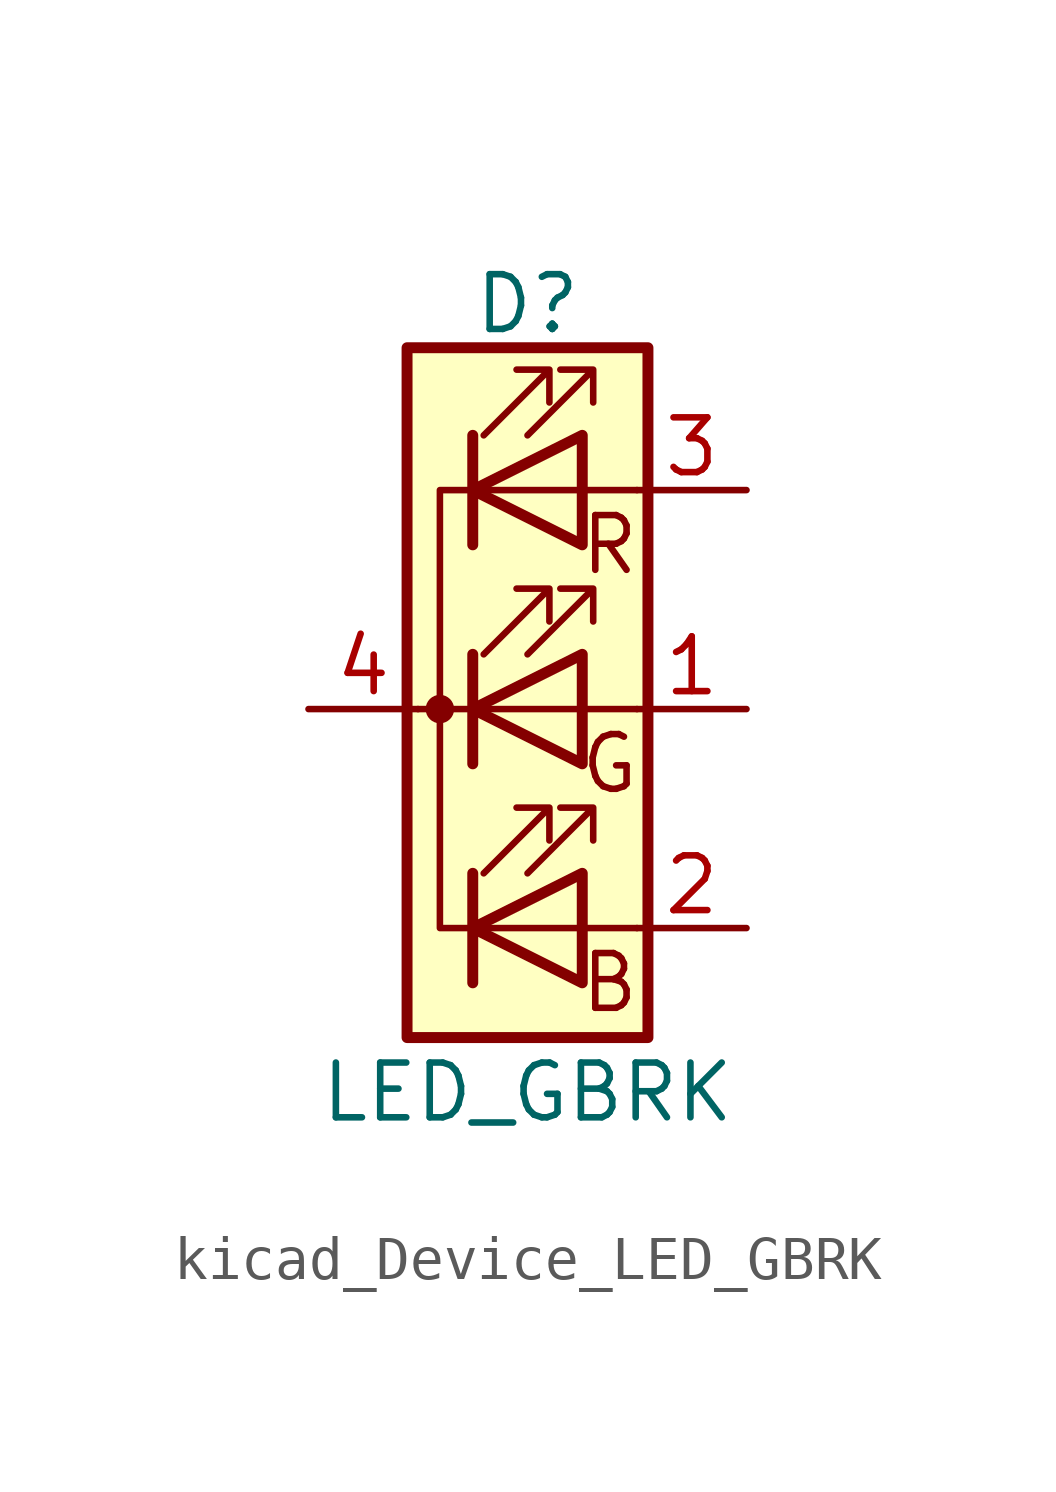
<source format=kicad_sym>
(kicad_symbol_lib
  (version 20220914)
  (generator kicad_symbol_editor)
  (symbol "kicad_Device_LED_GBRK"
    (pin_names
      (offset 0) hide)
    (property "Reference" "D"
      (at 0 9.398 0)
      (effects (font (size 1.27 1.27))))
    (property "Value" "LED_GBRK"
      (at 0 -8.89 0)
      (effects (font (size 1.27 1.27))))
    (symbol "kicad_Device_LED_GBRK_0_0"
      (text "B" (at 1.905 -6.35 0) (effects (font (size 1.27 1.27))))
      (text "G" (at 1.905 -1.27 0) (effects (font (size 1.27 1.27))))
      (text "R" (at 1.905 3.81 0) (effects (font (size 1.27 1.27)))))
    (symbol "kicad_Device_LED_GBRK_0_1"
      (circle (center -2.032 0) (radius 0.254) (stroke (width 0) (type default)) (fill (type outline)))
      (polyline (pts (xy -1.27 -5.08) (xy 1.27 -5.08)) (stroke (width 0) (type default)) (fill (type none)))
      (polyline (pts (xy -1.27 -3.81) (xy -1.27 -6.35)) (stroke (width 0.254) (type default)) (fill (type none)))
      (polyline (pts (xy -1.27 0) (xy -2.54 0)) (stroke (width 0) (type default)) (fill (type none)))
      (polyline (pts (xy -1.27 1.27) (xy -1.27 -1.27)) (stroke (width 0.254) (type default)) (fill (type none)))
      (polyline (pts (xy -1.27 5.08) (xy 1.27 5.08)) (stroke (width 0) (type default)) (fill (type none)))
      (polyline (pts (xy -1.27 6.35) (xy -1.27 3.81)) (stroke (width 0.254) (type default)) (fill (type none)))
      (polyline (pts (xy 1.27 -5.08) (xy 2.54 -5.08)) (stroke (width 0) (type default)) (fill (type none)))
      (polyline (pts (xy 1.27 0) (xy -1.27 0)) (stroke (width 0) (type default)) (fill (type none)))
      (polyline (pts (xy 1.27 0) (xy 2.54 0)) (stroke (width 0) (type default)) (fill (type none)))
      (polyline (pts (xy 1.27 5.08) (xy 2.54 5.08)) (stroke (width 0) (type default)) (fill (type none)))
      (polyline (pts (xy -1.27 1.27) (xy -1.27 -1.27) (xy -1.27 -1.27)) (stroke (width 0) (type default)) (fill (type none)))
      (polyline (pts (xy -1.27 6.35) (xy -1.27 3.81) (xy -1.27 3.81)) (stroke (width 0) (type default)) (fill (type none)))
      (polyline (pts (xy -1.27 5.08) (xy -2.032 5.08) (xy -2.032 -5.08) (xy -1.016 -5.08)) (stroke (width 0) (type default)) (fill (type none)))
      (polyline (pts (xy 1.27 -3.81) (xy 1.27 -6.35) (xy -1.27 -5.08) (xy 1.27 -3.81)) (stroke (width 0.254) (type default)) (fill (type none)))
      (polyline (pts (xy 1.27 1.27) (xy 1.27 -1.27) (xy -1.27 0) (xy 1.27 1.27)) (stroke (width 0.254) (type default)) (fill (type none)))
      (polyline (pts (xy 1.27 6.35) (xy 1.27 3.81) (xy -1.27 5.08) (xy 1.27 6.35)) (stroke (width 0.254) (type default)) (fill (type none)))
      (polyline (pts (xy -1.016 -3.81) (xy 0.508 -2.286) (xy -0.254 -2.286) (xy 0.508 -2.286) (xy 0.508 -3.048)) (stroke (width 0) (type default)) (fill (type none)))
      (polyline (pts (xy -1.016 1.27) (xy 0.508 2.794) (xy -0.254 2.794) (xy 0.508 2.794) (xy 0.508 2.032)) (stroke (width 0) (type default)) (fill (type none)))
      (polyline (pts (xy -1.016 6.35) (xy 0.508 7.874) (xy -0.254 7.874) (xy 0.508 7.874) (xy 0.508 7.112)) (stroke (width 0) (type default)) (fill (type none)))
      (polyline (pts (xy 0 -3.81) (xy 1.524 -2.286) (xy 0.762 -2.286) (xy 1.524 -2.286) (xy 1.524 -3.048)) (stroke (width 0) (type default)) (fill (type none)))
      (polyline (pts (xy 0 1.27) (xy 1.524 2.794) (xy 0.762 2.794) (xy 1.524 2.794) (xy 1.524 2.032)) (stroke (width 0) (type default)) (fill (type none)))
      (polyline (pts (xy 0 6.35) (xy 1.524 7.874) (xy 0.762 7.874) (xy 1.524 7.874) (xy 1.524 7.112)) (stroke (width 0) (type default)) (fill (type none)))
      (rectangle (start 1.27 -1.27) (end 1.27 1.27) (stroke (width 0) (type default)) (fill (type none)))
      (rectangle (start 1.27 1.27) (end 1.27 1.27) (stroke (width 0) (type default)) (fill (type none)))
      (rectangle (start 1.27 3.81) (end 1.27 6.35) (stroke (width 0) (type default)) (fill (type none)))
      (rectangle (start 1.27 6.35) (end 1.27 6.35) (stroke (width 0) (type default)) (fill (type none)))
      (rectangle (start 2.794 8.382) (end -2.794 -7.62) (stroke (width 0.254) (type default)) (fill (type background))))
    (symbol "kicad_Device_LED_GBRK_1_1"
      (pin passive line (at 5.08 0 180) (length 2.54) (name "GA" (effects (font (size 1.27 1.27)))) (number "1" (effects (font (size 1.27 1.27)))))
      (pin passive line (at 5.08 -5.08 180) (length 2.54) (name "BA" (effects (font (size 1.27 1.27)))) (number "2" (effects (font (size 1.27 1.27)))))
      (pin passive line (at 5.08 5.08 180) (length 2.54) (name "RA" (effects (font (size 1.27 1.27)))) (number "3" (effects (font (size 1.27 1.27)))))
      (pin passive line (at -5.08 0 0) (length 2.54) (name "K" (effects (font (size 1.27 1.27)))) (number "4" (effects (font (size 1.27 1.27))))))))
</source>
